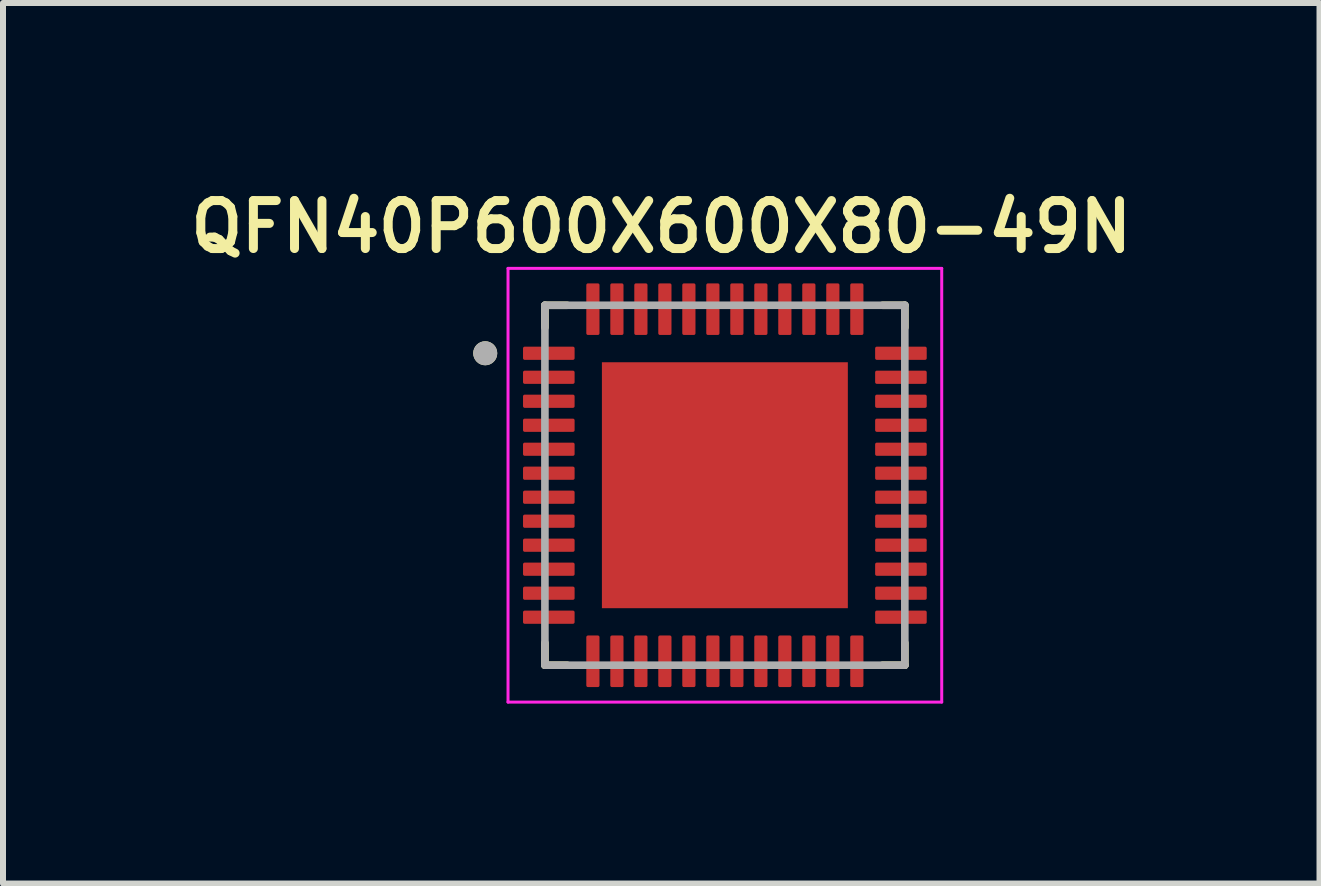
<source format=kicad_pcb>
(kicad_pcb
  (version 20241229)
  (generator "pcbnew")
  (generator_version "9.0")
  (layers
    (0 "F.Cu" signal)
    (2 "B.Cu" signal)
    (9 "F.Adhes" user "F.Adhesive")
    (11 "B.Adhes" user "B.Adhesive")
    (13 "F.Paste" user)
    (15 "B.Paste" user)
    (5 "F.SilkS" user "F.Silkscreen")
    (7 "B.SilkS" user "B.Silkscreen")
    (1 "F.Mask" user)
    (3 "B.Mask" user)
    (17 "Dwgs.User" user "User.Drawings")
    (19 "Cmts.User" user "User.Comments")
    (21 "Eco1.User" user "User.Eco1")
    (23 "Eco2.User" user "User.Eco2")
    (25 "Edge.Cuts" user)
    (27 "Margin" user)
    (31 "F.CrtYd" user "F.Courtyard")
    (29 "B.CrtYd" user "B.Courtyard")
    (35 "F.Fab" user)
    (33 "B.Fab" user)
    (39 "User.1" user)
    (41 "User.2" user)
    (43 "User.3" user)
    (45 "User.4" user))
  (footprint "QFN40P600X600X80-49N"
    (layer "F.Cu")
    (at 9.034 5.039)
    (property "Reference" "QFN40P600X600X80-49N" (at -1.06 -4.308 0) (layer "F.SilkS") (effects (font (size 0.8 0.8) (thickness 0.15))))
    (attr smd)
    (fp_line (start -3 -3) (end -3 -2.63) (stroke (width 0.127) (type solid)) (layer "F.SilkS"))
    (fp_line (start -3 -3) (end -2.63 -3) (stroke (width 0.127) (type solid)) (layer "F.SilkS"))
    (fp_line (start -3 3) (end -3 2.63) (stroke (width 0.127) (type solid)) (layer "F.SilkS"))
    (fp_line (start -3 3) (end -2.63 3) (stroke (width 0.127) (type solid)) (layer "F.SilkS"))
    (fp_line (start 3 -3) (end 2.63 -3) (stroke (width 0.127) (type solid)) (layer "F.SilkS"))
    (fp_line (start 3 -3) (end 3 -2.63) (stroke (width 0.127) (type solid)) (layer "F.SilkS"))
    (fp_line (start 3 3) (end 2.63 3) (stroke (width 0.127) (type solid)) (layer "F.SilkS"))
    (fp_line (start 3 3) (end 3 2.63) (stroke (width 0.127) (type solid)) (layer "F.SilkS"))
    (fp_circle (center -3.995 -2.2) (end -3.895 -2.2) (stroke (width 0.2) (type solid)) (fill no) (layer "F.SilkS"))
    (fp_poly (pts (xy -1.675 -1.675) (xy -0.375 -1.675) (xy -0.375 -0.375) (xy -1.675 -0.375)) (stroke (width 0.01) (type solid)) (fill yes) (layer "F.Paste"))
    (fp_poly (pts (xy -1.675 0.375) (xy -0.375 0.375) (xy -0.375 1.675) (xy -1.675 1.675)) (stroke (width 0.01) (type solid)) (fill yes) (layer "F.Paste"))
    (fp_poly (pts (xy 0.375 -1.675) (xy 1.675 -1.675) (xy 1.675 -0.375) (xy 0.375 -0.375)) (stroke (width 0.01) (type solid)) (fill yes) (layer "F.Paste"))
    (fp_poly (pts (xy 0.375 0.375) (xy 1.675 0.375) (xy 1.675 1.675) (xy 0.375 1.675)) (stroke (width 0.01) (type solid)) (fill yes) (layer "F.Paste"))
    (fp_line (start -3.615 -3.615) (end 3.615 -3.615) (stroke (width 0.05) (type solid)) (layer "F.CrtYd"))
    (fp_line (start -3.615 3.615) (end -3.615 -3.615) (stroke (width 0.05) (type solid)) (layer "F.CrtYd"))
    (fp_line (start -3.615 3.615) (end 3.615 3.615) (stroke (width 0.05) (type solid)) (layer "F.CrtYd"))
    (fp_line (start 3.615 3.615) (end 3.615 -3.615) (stroke (width 0.05) (type solid)) (layer "F.CrtYd"))
    (fp_line (start -3 3) (end -3 -3) (stroke (width 0.127) (type solid)) (layer "F.Fab"))
    (fp_line (start 3 -3) (end -3 -3) (stroke (width 0.127) (type solid)) (layer "F.Fab"))
    (fp_line (start 3 3) (end -3 3) (stroke (width 0.127) (type solid)) (layer "F.Fab"))
    (fp_line (start 3 3) (end 3 -3) (stroke (width 0.127) (type solid)) (layer "F.Fab"))
    (fp_circle (center -3.995 -2.2) (end -3.895 -2.2) (stroke (width 0.2) (type solid)) (fill no) (layer "F.Fab"))
    (pad "1" smd roundrect (at -2.935 -2.2) (size 0.86 0.22) (layers "F.Cu" "F.Mask" "F.Paste") (roundrect_rratio 0.125))
    (pad "2" smd roundrect (at -2.935 -1.8) (size 0.86 0.22) (layers "F.Cu" "F.Mask" "F.Paste") (roundrect_rratio 0.125))
    (pad "3" smd roundrect (at -2.935 -1.4) (size 0.86 0.22) (layers "F.Cu" "F.Mask" "F.Paste") (roundrect_rratio 0.125))
    (pad "4" smd roundrect (at -2.935 -1) (size 0.86 0.22) (layers "F.Cu" "F.Mask" "F.Paste") (roundrect_rratio 0.125))
    (pad "5" smd roundrect (at -2.935 -0.6) (size 0.86 0.22) (layers "F.Cu" "F.Mask" "F.Paste") (roundrect_rratio 0.125))
    (pad "6" smd roundrect (at -2.935 -0.2) (size 0.86 0.22) (layers "F.Cu" "F.Mask" "F.Paste") (roundrect_rratio 0.125))
    (pad "7" smd roundrect (at -2.935 0.2) (size 0.86 0.22) (layers "F.Cu" "F.Mask" "F.Paste") (roundrect_rratio 0.125))
    (pad "8" smd roundrect (at -2.935 0.6) (size 0.86 0.22) (layers "F.Cu" "F.Mask" "F.Paste") (roundrect_rratio 0.125))
    (pad "9" smd roundrect (at -2.935 1) (size 0.86 0.22) (layers "F.Cu" "F.Mask" "F.Paste") (roundrect_rratio 0.125))
    (pad "10" smd roundrect (at -2.935 1.4) (size 0.86 0.22) (layers "F.Cu" "F.Mask" "F.Paste") (roundrect_rratio 0.125))
    (pad "11" smd roundrect (at -2.935 1.8) (size 0.86 0.22) (layers "F.Cu" "F.Mask" "F.Paste") (roundrect_rratio 0.125))
    (pad "12" smd roundrect (at -2.935 2.2) (size 0.86 0.22) (layers "F.Cu" "F.Mask" "F.Paste") (roundrect_rratio 0.125))
    (pad "13" smd roundrect (at -2.2 2.935) (size 0.22 0.86) (layers "F.Cu" "F.Mask" "F.Paste") (roundrect_rratio 0.125))
    (pad "14" smd roundrect (at -1.8 2.935) (size 0.22 0.86) (layers "F.Cu" "F.Mask" "F.Paste") (roundrect_rratio 0.125))
    (pad "15" smd roundrect (at -1.4 2.935) (size 0.22 0.86) (layers "F.Cu" "F.Mask" "F.Paste") (roundrect_rratio 0.125))
    (pad "16" smd roundrect (at -1 2.935) (size 0.22 0.86) (layers "F.Cu" "F.Mask" "F.Paste") (roundrect_rratio 0.125))
    (pad "17" smd roundrect (at -0.6 2.935) (size 0.22 0.86) (layers "F.Cu" "F.Mask" "F.Paste") (roundrect_rratio 0.125))
    (pad "18" smd roundrect (at -0.2 2.935) (size 0.22 0.86) (layers "F.Cu" "F.Mask" "F.Paste") (roundrect_rratio 0.125))
    (pad "19" smd roundrect (at 0.2 2.935) (size 0.22 0.86) (layers "F.Cu" "F.Mask" "F.Paste") (roundrect_rratio 0.125))
    (pad "20" smd roundrect (at 0.6 2.935) (size 0.22 0.86) (layers "F.Cu" "F.Mask" "F.Paste") (roundrect_rratio 0.125))
    (pad "21" smd roundrect (at 1 2.935) (size 0.22 0.86) (layers "F.Cu" "F.Mask" "F.Paste") (roundrect_rratio 0.125))
    (pad "22" smd roundrect (at 1.4 2.935) (size 0.22 0.86) (layers "F.Cu" "F.Mask" "F.Paste") (roundrect_rratio 0.125))
    (pad "23" smd roundrect (at 1.8 2.935) (size 0.22 0.86) (layers "F.Cu" "F.Mask" "F.Paste") (roundrect_rratio 0.125))
    (pad "24" smd roundrect (at 2.2 2.935) (size 0.22 0.86) (layers "F.Cu" "F.Mask" "F.Paste") (roundrect_rratio 0.125))
    (pad "25" smd roundrect (at 2.935 2.2) (size 0.86 0.22) (layers "F.Cu" "F.Mask" "F.Paste") (roundrect_rratio 0.125))
    (pad "26" smd roundrect (at 2.935 1.8) (size 0.86 0.22) (layers "F.Cu" "F.Mask" "F.Paste") (roundrect_rratio 0.125))
    (pad "27" smd roundrect (at 2.935 1.4) (size 0.86 0.22) (layers "F.Cu" "F.Mask" "F.Paste") (roundrect_rratio 0.125))
    (pad "28" smd roundrect (at 2.935 1) (size 0.86 0.22) (layers "F.Cu" "F.Mask" "F.Paste") (roundrect_rratio 0.125))
    (pad "29" smd roundrect (at 2.935 0.6) (size 0.86 0.22) (layers "F.Cu" "F.Mask" "F.Paste") (roundrect_rratio 0.125))
    (pad "30" smd roundrect (at 2.935 0.2) (size 0.86 0.22) (layers "F.Cu" "F.Mask" "F.Paste") (roundrect_rratio 0.125))
    (pad "31" smd roundrect (at 2.935 -0.2) (size 0.86 0.22) (layers "F.Cu" "F.Mask" "F.Paste") (roundrect_rratio 0.125))
    (pad "32" smd roundrect (at 2.935 -0.6) (size 0.86 0.22) (layers "F.Cu" "F.Mask" "F.Paste") (roundrect_rratio 0.125))
    (pad "33" smd roundrect (at 2.935 -1) (size 0.86 0.22) (layers "F.Cu" "F.Mask" "F.Paste") (roundrect_rratio 0.125))
    (pad "34" smd roundrect (at 2.935 -1.4) (size 0.86 0.22) (layers "F.Cu" "F.Mask" "F.Paste") (roundrect_rratio 0.125))
    (pad "35" smd roundrect (at 2.935 -1.8) (size 0.86 0.22) (layers "F.Cu" "F.Mask" "F.Paste") (roundrect_rratio 0.125))
    (pad "36" smd roundrect (at 2.935 -2.2) (size 0.86 0.22) (layers "F.Cu" "F.Mask" "F.Paste") (roundrect_rratio 0.125))
    (pad "37" smd roundrect (at 2.2 -2.935) (size 0.22 0.86) (layers "F.Cu" "F.Mask" "F.Paste") (roundrect_rratio 0.125))
    (pad "38" smd roundrect (at 1.8 -2.935) (size 0.22 0.86) (layers "F.Cu" "F.Mask" "F.Paste") (roundrect_rratio 0.125))
    (pad "39" smd roundrect (at 1.4 -2.935) (size 0.22 0.86) (layers "F.Cu" "F.Mask" "F.Paste") (roundrect_rratio 0.125))
    (pad "40" smd roundrect (at 1 -2.935) (size 0.22 0.86) (layers "F.Cu" "F.Mask" "F.Paste") (roundrect_rratio 0.125))
    (pad "41" smd roundrect (at 0.6 -2.935) (size 0.22 0.86) (layers "F.Cu" "F.Mask" "F.Paste") (roundrect_rratio 0.125))
    (pad "42" smd roundrect (at 0.2 -2.935) (size 0.22 0.86) (layers "F.Cu" "F.Mask" "F.Paste") (roundrect_rratio 0.125))
    (pad "43" smd roundrect (at -0.2 -2.935) (size 0.22 0.86) (layers "F.Cu" "F.Mask" "F.Paste") (roundrect_rratio 0.125))
    (pad "44" smd roundrect (at -0.6 -2.935) (size 0.22 0.86) (layers "F.Cu" "F.Mask" "F.Paste") (roundrect_rratio 0.125))
    (pad "45" smd roundrect (at -1 -2.935) (size 0.22 0.86) (layers "F.Cu" "F.Mask" "F.Paste") (roundrect_rratio 0.125))
    (pad "46" smd roundrect (at -1.4 -2.935) (size 0.22 0.86) (layers "F.Cu" "F.Mask" "F.Paste") (roundrect_rratio 0.125))
    (pad "47" smd roundrect (at -1.8 -2.935) (size 0.22 0.86) (layers "F.Cu" "F.Mask" "F.Paste") (roundrect_rratio 0.125))
    (pad "48" smd roundrect (at -2.2 -2.935) (size 0.22 0.86) (layers "F.Cu" "F.Mask" "F.Paste") (roundrect_rratio 0.125))
    (pad "49" smd rect (at 0 0) (size 4.1 4.1) (layers "F.Cu" "F.Mask")))
  (gr_rect
    (start -3 -3)
    (end 18.947 11.679)
    (stroke (width 0.1) (type default))
    (fill no)
    (layer "Edge.Cuts")))
</source>
